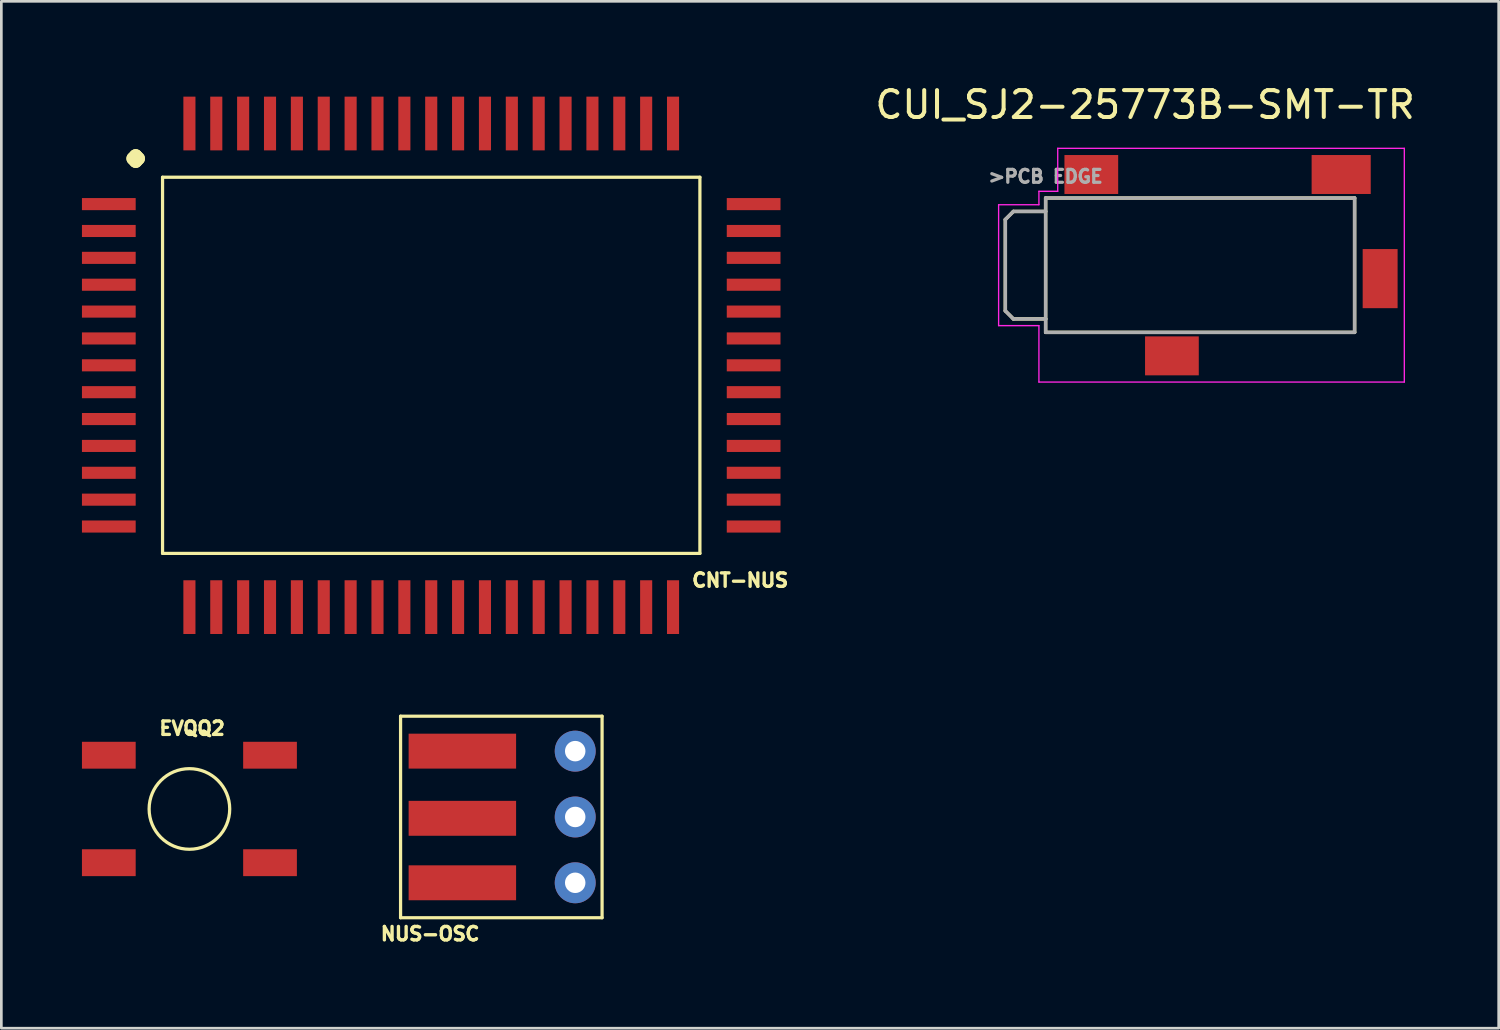
<source format=kicad_pcb>
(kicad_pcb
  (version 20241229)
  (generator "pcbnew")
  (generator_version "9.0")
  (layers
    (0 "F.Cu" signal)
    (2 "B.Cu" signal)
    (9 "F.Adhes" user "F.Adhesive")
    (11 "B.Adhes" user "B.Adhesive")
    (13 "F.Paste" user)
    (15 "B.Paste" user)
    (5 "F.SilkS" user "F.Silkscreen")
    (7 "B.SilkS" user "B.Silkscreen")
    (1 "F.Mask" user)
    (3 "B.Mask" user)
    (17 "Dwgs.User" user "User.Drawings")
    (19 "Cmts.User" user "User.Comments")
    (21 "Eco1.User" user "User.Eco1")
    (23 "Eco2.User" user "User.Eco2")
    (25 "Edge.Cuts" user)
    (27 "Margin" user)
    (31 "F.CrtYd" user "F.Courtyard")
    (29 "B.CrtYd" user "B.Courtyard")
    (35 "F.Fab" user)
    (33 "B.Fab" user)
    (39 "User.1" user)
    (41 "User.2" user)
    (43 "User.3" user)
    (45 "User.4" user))
  (footprint "CNT-NUS"
    (layer "F.Cu")
    (at 13 10.547)
    (property "Reference" "CNT-NUS" (at 11.5 8 0) (layer "F.SilkS") (effects (font (size 0.5 0.5) (thickness 0.125))))
    (attr through_hole)
    (fp_line (start -10 -7) (end -10 7) (stroke (width 0.12) (type solid)) (layer "F.SilkS"))
    (fp_line (start -10 7) (end 10 7) (stroke (width 0.12) (type solid)) (layer "F.SilkS"))
    (fp_line (start 10 -7) (end -10 -7) (stroke (width 0.12) (type solid)) (layer "F.SilkS"))
    (fp_line (start 10 7) (end 10 -7) (stroke (width 0.12) (type solid)) (layer "F.SilkS"))
    (fp_text user "." (at -11 -8.5 0) (layer "F.SilkS") (effects (font (size 2 2) (thickness 0.5))))
    (pad "1" smd rect (at -12 -6 90) (size 0.45 2) (layers "F.Cu" "F.Mask" "F.Paste"))
    (pad "2" smd rect (at -12 -5 90) (size 0.45 2) (layers "F.Cu" "F.Mask" "F.Paste"))
    (pad "3" smd rect (at -12 -4 90) (size 0.45 2) (layers "F.Cu" "F.Mask" "F.Paste"))
    (pad "4" smd rect (at -12 -3 90) (size 0.45 2) (layers "F.Cu" "F.Mask" "F.Paste"))
    (pad "5" smd rect (at -12 -2 90) (size 0.45 2) (layers "F.Cu" "F.Mask" "F.Paste"))
    (pad "6" smd rect (at -12 -1 90) (size 0.45 2) (layers "F.Cu" "F.Mask" "F.Paste"))
    (pad "7" smd rect (at -12 0 90) (size 0.45 2) (layers "F.Cu" "F.Mask" "F.Paste"))
    (pad "8" smd rect (at -12 1 90) (size 0.45 2) (layers "F.Cu" "F.Mask" "F.Paste"))
    (pad "9" smd rect (at -12 2 90) (size 0.45 2) (layers "F.Cu" "F.Mask" "F.Paste"))
    (pad "10" smd rect (at -12 3 90) (size 0.45 2) (layers "F.Cu" "F.Mask" "F.Paste"))
    (pad "11" smd rect (at -12 4 90) (size 0.45 2) (layers "F.Cu" "F.Mask" "F.Paste"))
    (pad "12" smd rect (at -12 5 90) (size 0.45 2) (layers "F.Cu" "F.Mask" "F.Paste"))
    (pad "13" smd rect (at -12 6 90) (size 0.45 2) (layers "F.Cu" "F.Mask" "F.Paste"))
    (pad "14" smd rect (at -9 9 180) (size 0.45 2) (layers "F.Cu" "F.Mask" "F.Paste"))
    (pad "15" smd rect (at -8 9 180) (size 0.45 2) (layers "F.Cu" "F.Mask" "F.Paste"))
    (pad "16" smd rect (at -7 9 180) (size 0.45 2) (layers "F.Cu" "F.Mask" "F.Paste"))
    (pad "17" smd rect (at -6 9 180) (size 0.45 2) (layers "F.Cu" "F.Mask" "F.Paste"))
    (pad "18" smd rect (at -5 9 180) (size 0.45 2) (layers "F.Cu" "F.Mask" "F.Paste"))
    (pad "19" smd rect (at -4 9 180) (size 0.45 2) (layers "F.Cu" "F.Mask" "F.Paste"))
    (pad "20" smd rect (at -3 9 180) (size 0.45 2) (layers "F.Cu" "F.Mask" "F.Paste"))
    (pad "21" smd rect (at -2 9 180) (size 0.45 2) (layers "F.Cu" "F.Mask" "F.Paste"))
    (pad "22" smd rect (at -1 9 180) (size 0.45 2) (layers "F.Cu" "F.Mask" "F.Paste"))
    (pad "23" smd rect (at 0 9 180) (size 0.45 2) (layers "F.Cu" "F.Mask" "F.Paste"))
    (pad "24" smd rect (at 1 9 180) (size 0.45 2) (layers "F.Cu" "F.Mask" "F.Paste"))
    (pad "25" smd rect (at 2 9 180) (size 0.45 2) (layers "F.Cu" "F.Mask" "F.Paste"))
    (pad "26" smd rect (at 3 9 180) (size 0.45 2) (layers "F.Cu" "F.Mask" "F.Paste"))
    (pad "27" smd rect (at 4 9 180) (size 0.45 2) (layers "F.Cu" "F.Mask" "F.Paste"))
    (pad "28" smd rect (at 5 9 180) (size 0.45 2) (layers "F.Cu" "F.Mask" "F.Paste"))
    (pad "29" smd rect (at 6 9 180) (size 0.45 2) (layers "F.Cu" "F.Mask" "F.Paste"))
    (pad "30" smd rect (at 7 9 180) (size 0.45 2) (layers "F.Cu" "F.Mask" "F.Paste"))
    (pad "31" smd rect (at 8 9 180) (size 0.45 2) (layers "F.Cu" "F.Mask" "F.Paste"))
    (pad "32" smd rect (at 9 9 180) (size 0.45 2) (layers "F.Cu" "F.Mask" "F.Paste"))
    (pad "33" smd rect (at 12 6 270) (size 0.45 2) (layers "F.Cu" "F.Mask" "F.Paste"))
    (pad "34" smd rect (at 12 5 270) (size 0.45 2) (layers "F.Cu" "F.Mask" "F.Paste"))
    (pad "35" smd rect (at 12 4 270) (size 0.45 2) (layers "F.Cu" "F.Mask" "F.Paste"))
    (pad "36" smd rect (at 12 3 270) (size 0.45 2) (layers "F.Cu" "F.Mask" "F.Paste"))
    (pad "37" smd rect (at 12 2 270) (size 0.45 2) (layers "F.Cu" "F.Mask" "F.Paste"))
    (pad "38" smd rect (at 12 1 270) (size 0.45 2) (layers "F.Cu" "F.Mask" "F.Paste"))
    (pad "39" smd rect (at 12 0 270) (size 0.45 2) (layers "F.Cu" "F.Mask" "F.Paste"))
    (pad "40" smd rect (at 12 -1 270) (size 0.45 2) (layers "F.Cu" "F.Mask" "F.Paste"))
    (pad "41" smd rect (at 12 -2 270) (size 0.45 2) (layers "F.Cu" "F.Mask" "F.Paste"))
    (pad "42" smd rect (at 12 -3 270) (size 0.45 2) (layers "F.Cu" "F.Mask" "F.Paste"))
    (pad "43" smd rect (at 12 -4 270) (size 0.45 2) (layers "F.Cu" "F.Mask" "F.Paste"))
    (pad "44" smd rect (at 12 -5 270) (size 0.45 2) (layers "F.Cu" "F.Mask" "F.Paste"))
    (pad "45" smd rect (at 12 -6 270) (size 0.45 2) (layers "F.Cu" "F.Mask" "F.Paste"))
    (pad "46" smd rect (at 9 -9) (size 0.45 2) (layers "F.Cu" "F.Mask" "F.Paste"))
    (pad "47" smd rect (at 8 -9) (size 0.45 2) (layers "F.Cu" "F.Mask" "F.Paste"))
    (pad "48" smd rect (at 7 -9) (size 0.45 2) (layers "F.Cu" "F.Mask" "F.Paste"))
    (pad "49" smd rect (at 6 -9) (size 0.45 2) (layers "F.Cu" "F.Mask" "F.Paste"))
    (pad "50" smd rect (at 5 -9) (size 0.45 2) (layers "F.Cu" "F.Mask" "F.Paste"))
    (pad "51" smd rect (at 4 -9) (size 0.45 2) (layers "F.Cu" "F.Mask" "F.Paste"))
    (pad "52" smd rect (at 3 -9) (size 0.45 2) (layers "F.Cu" "F.Mask" "F.Paste"))
    (pad "53" smd rect (at 2 -9) (size 0.45 2) (layers "F.Cu" "F.Mask" "F.Paste"))
    (pad "54" smd rect (at 1 -9) (size 0.45 2) (layers "F.Cu" "F.Mask" "F.Paste"))
    (pad "55" smd rect (at 0 -9) (size 0.45 2) (layers "F.Cu" "F.Mask" "F.Paste"))
    (pad "56" smd rect (at -1 -9) (size 0.45 2) (layers "F.Cu" "F.Mask" "F.Paste"))
    (pad "57" smd rect (at -2 -9) (size 0.45 2) (layers "F.Cu" "F.Mask" "F.Paste"))
    (pad "58" smd rect (at -3 -9) (size 0.45 2) (layers "F.Cu" "F.Mask" "F.Paste"))
    (pad "59" smd rect (at -4 -9) (size 0.45 2) (layers "F.Cu" "F.Mask" "F.Paste"))
    (pad "60" smd rect (at -5 -9) (size 0.45 2) (layers "F.Cu" "F.Mask" "F.Paste"))
    (pad "61" smd rect (at -6 -9) (size 0.45 2) (layers "F.Cu" "F.Mask" "F.Paste"))
    (pad "62" smd rect (at -7 -9) (size 0.45 2) (layers "F.Cu" "F.Mask" "F.Paste"))
    (pad "63" smd rect (at -8 -9) (size 0.45 2) (layers "F.Cu" "F.Mask" "F.Paste"))
    (pad "64" smd rect (at -9 -9) (size 0.45 2) (layers "F.Cu" "F.Mask" "F.Paste")))
  (footprint "CUI_SJ2-25773B-SMT-TR"
    (layer "F.Cu")
    (at 41.618 6.82)
    (property "Reference" "CUI_SJ2-25773B-SMT-TR" (at -2.047 -5.971 0) (layer "F.SilkS") (effects (font (size 1.001 1.001) (thickness 0.15))))
    (attr smd)
    (fp_line (start -7.25 -1.7) (end -7.25 1.7) (stroke (width 0.127) (type solid)) (layer "F.SilkS"))
    (fp_line (start -7.25 1.7) (end -6.95 2) (stroke (width 0.127) (type solid)) (layer "F.SilkS"))
    (fp_line (start -6.95 -2) (end -7.25 -1.7) (stroke (width 0.127) (type solid)) (layer "F.SilkS"))
    (fp_line (start -6.95 2) (end -5.75 2) (stroke (width 0.127) (type solid)) (layer "F.SilkS"))
    (fp_line (start -5.75 -2.5) (end 5.75 -2.5) (stroke (width 0.127) (type solid)) (layer "F.SilkS"))
    (fp_line (start -5.75 -2) (end -6.95 -2) (stroke (width 0.127) (type solid)) (layer "F.SilkS"))
    (fp_line (start -5.75 2) (end -5.75 -2.5) (stroke (width 0.127) (type solid)) (layer "F.SilkS"))
    (fp_line (start -5.75 2.5) (end -5.75 2) (stroke (width 0.127) (type solid)) (layer "F.SilkS"))
    (fp_line (start 5.75 -2.5) (end 5.75 2.5) (stroke (width 0.127) (type solid)) (layer "F.SilkS"))
    (fp_line (start 5.75 2.5) (end -5.75 2.5) (stroke (width 0.127) (type solid)) (layer "F.SilkS"))
    (fp_line (start -5.75 -2.65) (end -5.75 -5.55) (stroke (width 0.01) (type solid)) (layer "Eco1.User"))
    (fp_line (start -5.75 -2.65) (end -1.85 -2.65) (stroke (width 0.01) (type solid)) (layer "Eco1.User"))
    (fp_line (start -5.75 2.65) (end -5.75 3.1) (stroke (width 0.01) (type solid)) (layer "Eco1.User"))
    (fp_line (start -5.75 2.65) (end 3.65 2.65) (stroke (width 0.01) (type solid)) (layer "Eco1.User"))
    (fp_line (start -1.85 -2.65) (end -1.85 -3.55) (stroke (width 0.01) (type solid)) (layer "Eco1.User"))
    (fp_line (start -0.65 -3.55) (end -0.65 -2.65) (stroke (width 0.01) (type solid)) (layer "Eco1.User"))
    (fp_line (start -0.65 -2.65) (end 6.05 -2.65) (stroke (width 0.01) (type solid)) (layer "Eco1.User"))
    (fp_line (start 3.65 2.65) (end 3.65 3.55) (stroke (width 0.01) (type solid)) (layer "Eco1.User"))
    (fp_line (start 4.85 2.65) (end 4.85 3.55) (stroke (width 0.01) (type solid)) (layer "Eco1.User"))
    (fp_line (start 4.85 2.65) (end 6.05 2.65) (stroke (width 0.01) (type solid)) (layer "Eco1.User"))
    (fp_line (start 6.05 1.65) (end 6.05 -1.65) (stroke (width 0.01) (type solid)) (layer "Eco1.User"))
    (fp_arc (start -1.85 -3.55) (mid -1.25 -4.15) (end -0.65 -3.55) (stroke (width 0.01) (type solid)) (layer "Eco1.User"))
    (fp_arc (start 4.85 3.55) (mid 4.25 4.15) (end 3.65 3.55) (stroke (width 0.01) (type solid)) (layer "Eco1.User"))
    (fp_arc (start 6.05 -2.65) (mid 6.55 -2.15) (end 6.05 -1.65) (stroke (width 0.01) (type solid)) (layer "Eco1.User"))
    (fp_arc (start 6.05 1.65) (mid 6.55 2.15) (end 6.05 2.65) (stroke (width 0.01) (type solid)) (layer "Eco1.User"))
    (fp_line (start -7.5 -2.25) (end -6 -2.25) (stroke (width 0.05) (type solid)) (layer "F.CrtYd"))
    (fp_line (start -7.5 2.25) (end -7.5 -2.25) (stroke (width 0.05) (type solid)) (layer "F.CrtYd"))
    (fp_line (start -6 -2.75) (end -5.3 -2.75) (stroke (width 0.05) (type solid)) (layer "F.CrtYd"))
    (fp_line (start -6 -2.25) (end -6 -2.75) (stroke (width 0.05) (type solid)) (layer "F.CrtYd"))
    (fp_line (start -6 2.25) (end -7.5 2.25) (stroke (width 0.05) (type solid)) (layer "F.CrtYd"))
    (fp_line (start -6 4.35) (end -6 2.25) (stroke (width 0.05) (type solid)) (layer "F.CrtYd"))
    (fp_line (start -5.3 -4.35) (end 7.6 -4.35) (stroke (width 0.05) (type solid)) (layer "F.CrtYd"))
    (fp_line (start -5.3 -2.75) (end -5.3 -4.35) (stroke (width 0.05) (type solid)) (layer "F.CrtYd"))
    (fp_line (start 7.6 -4.35) (end 7.6 4.35) (stroke (width 0.05) (type solid)) (layer "F.CrtYd"))
    (fp_line (start 7.6 4.35) (end -6 4.35) (stroke (width 0.05) (type solid)) (layer "F.CrtYd"))
    (fp_line (start -7.25 -1.7) (end -7.25 1.7) (stroke (width 0.127) (type solid)) (layer "F.Fab"))
    (fp_line (start -7.25 -1.7) (end -6.95 -2) (stroke (width 0.127) (type solid)) (layer "F.Fab"))
    (fp_line (start -7.25 1.7) (end -6.95 2) (stroke (width 0.127) (type solid)) (layer "F.Fab"))
    (fp_line (start -6.95 2) (end -5.75 2) (stroke (width 0.127) (type solid)) (layer "F.Fab"))
    (fp_line (start -5.75 -2.5) (end 5.75 -2.5) (stroke (width 0.127) (type solid)) (layer "F.Fab"))
    (fp_line (start -5.75 -2) (end -6.95 -2) (stroke (width 0.127) (type solid)) (layer "F.Fab"))
    (fp_line (start -5.75 -2) (end -5.75 -2.5) (stroke (width 0.127) (type solid)) (layer "F.Fab"))
    (fp_line (start -5.75 2) (end -5.75 -2) (stroke (width 0.127) (type solid)) (layer "F.Fab"))
    (fp_line (start -5.75 2.5) (end -5.75 2) (stroke (width 0.127) (type solid)) (layer "F.Fab"))
    (fp_line (start 5.75 -2.5) (end 5.75 2.5) (stroke (width 0.127) (type solid)) (layer "F.Fab"))
    (fp_line (start 5.75 2.5) (end -5.75 2.5) (stroke (width 0.127) (type solid)) (layer "F.Fab"))
    (fp_text user ">PCB EDGE" (at -5.753 -3.302 0) (layer "F.Fab") (effects (font (size 0.48 0.48) (thickness 0.15))))
    (pad "2" smd rect (at 5.25 -3.375) (size 2.2 1.45) (layers "F.Cu" "F.Mask" "F.Paste"))
    (pad "3" smd rect (at -1.05 3.375) (size 2 1.45) (layers "F.Cu" "F.Mask" "F.Paste"))
    (pad "4" smd rect (at -4.05 -3.375) (size 2 1.45) (layers "F.Cu" "F.Mask" "F.Paste"))
    (pad "10" smd rect (at 6.7 0.5 90) (size 2.2 1.3) (layers "F.Cu" "F.Mask" "F.Paste")))
  (footprint "EVQQ2"
    (layer "F.Cu")
    (at 4 27.059)
    (property "Reference" "EVQQ2" (at 0.1 -3 0) (layer "F.SilkS") (effects (font (size 0.5 0.5) (thickness 0.125))))
    (attr through_hole)
    (fp_circle (center 0 0) (end 1.5 0) (stroke (width 0.12) (type solid)) (fill no) (layer "F.SilkS"))
    (pad "1" smd rect (at -3 -2) (size 2 1) (layers "F.Cu" "F.Mask" "F.Paste"))
    (pad "1" smd rect (at 3 -2) (size 2 1) (layers "F.Cu" "F.Mask" "F.Paste"))
    (pad "2" smd rect (at -3 2) (size 2 1) (layers "F.Cu" "F.Mask" "F.Paste"))
    (pad "2" smd rect (at 3 2) (size 2 1) (layers "F.Cu" "F.Mask" "F.Paste")))
  (footprint "NUS-OSC"
    (layer "F.Cu")
    (at 18.159 27.407)
    (property "Reference" "NUS-OSC" (at -5.2 4.3 0) (layer "F.SilkS") (effects (font (size 0.5 0.5) (thickness 0.125))))
    (attr through_hole)
    (fp_line (start -6.3 -3.8) (end -6.3 3.7) (stroke (width 0.12) (type solid)) (layer "F.SilkS"))
    (fp_line (start -6.3 3.7) (end 1.2 3.7) (stroke (width 0.12) (type solid)) (layer "F.SilkS"))
    (fp_line (start 1.2 -3.8) (end -6.3 -3.8) (stroke (width 0.12) (type solid)) (layer "F.SilkS"))
    (fp_line (start 1.2 3.7) (end 1.2 -3.8) (stroke (width 0.12) (type solid)) (layer "F.SilkS"))
    (pad "1" smd rect (at -4 -2.5) (size 4 1.3) (layers "F.Cu" "F.Mask" "F.Paste"))
    (pad "1" thru_hole circle (at 0.2 -2.5) (size 1.524 1.524) (drill 0.762) (layers "*.Cu" "*.Mask"))
    (pad "2" smd rect (at -4 2.4) (size 4 1.3) (layers "F.Cu" "F.Mask" "F.Paste"))
    (pad "2" thru_hole circle (at 0.2 2.4) (size 1.524 1.524) (drill 0.762) (layers "*.Cu" "*.Mask"))
    (pad "3" smd rect (at -4 0) (size 4 1.3) (layers "F.Cu" "F.Mask" "F.Paste"))
    (pad "3" thru_hole circle (at 0.2 -0.05) (size 1.524 1.524) (drill 0.762) (layers "*.Cu" "*.Mask")))
  (gr_rect
    (start -3 -3)
    (end 52.73 35.219)
    (stroke (width 0.1) (type default))
    (fill no)
    (layer "Edge.Cuts")))
</source>
